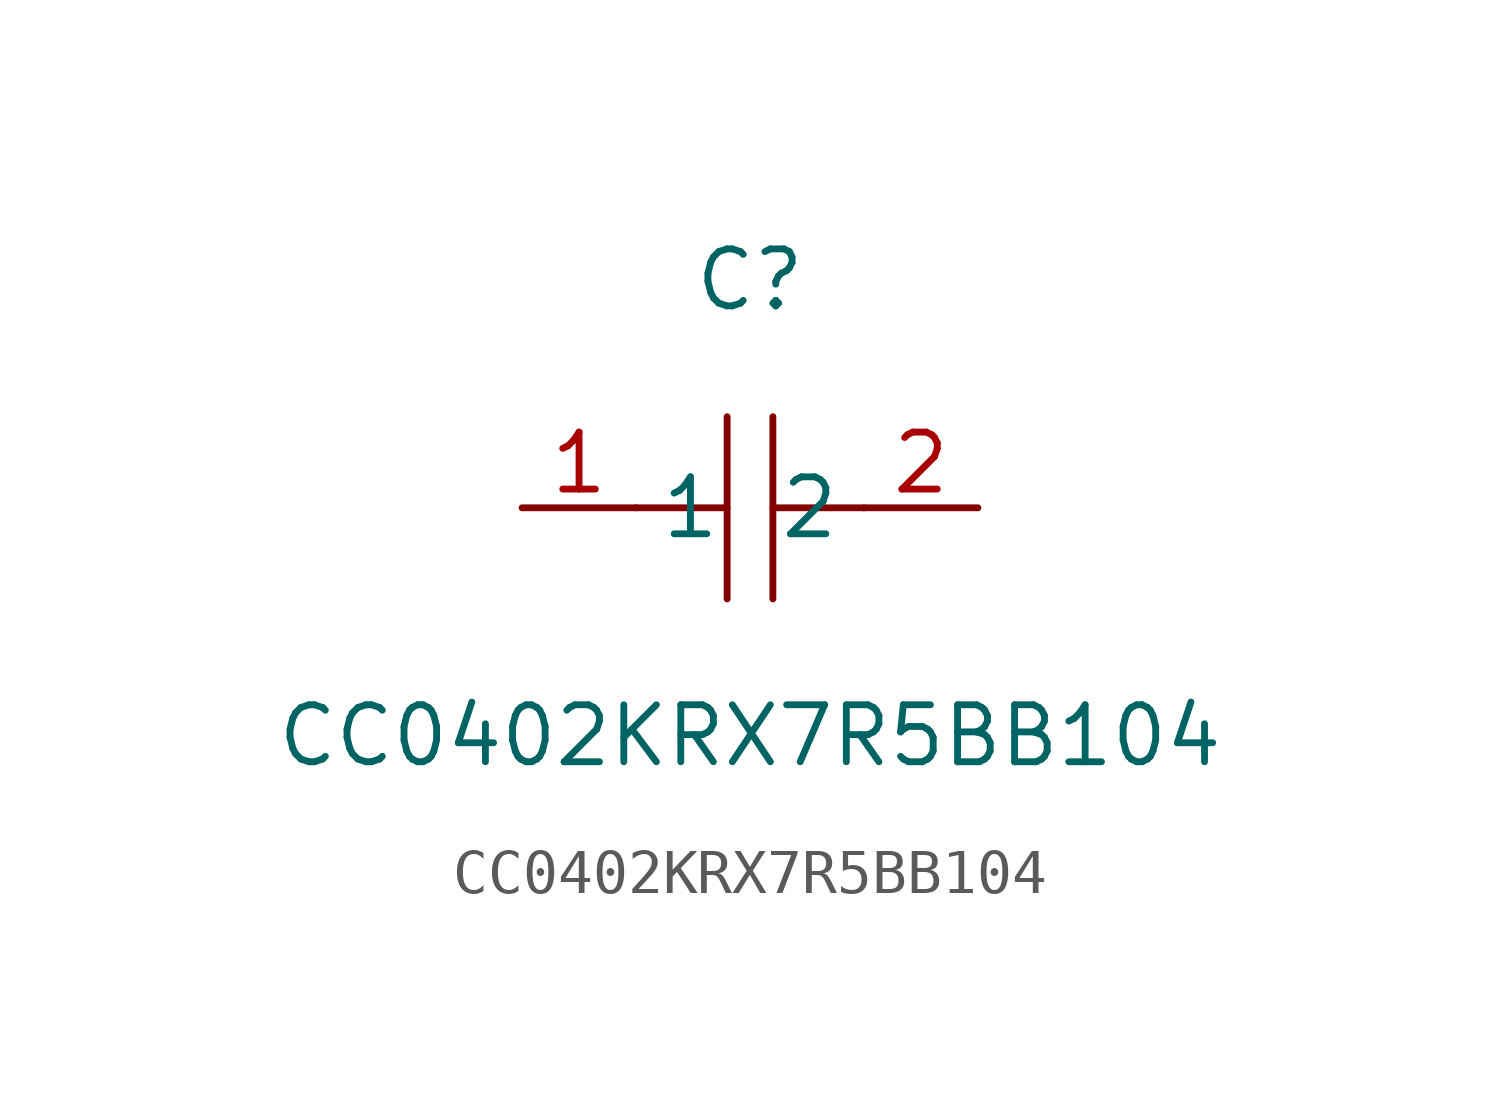
<source format=kicad_sym>
(kicad_symbol_lib
  (version 1)
  (generator "faebryk")
  (symbol "CC0402KRX7R5BB104"
    (property "Reference" "C"
      (at 0 5.08 0)
      (effects (font (size 1.27 1.27)) (hide no)))
    (property "Value" "CC0402KRX7R5BB104"
      (at 0 -5.08 0)
      (effects (font (size 1.27 1.27)) (hide no)))
    (symbol "CC0402KRX7R5BB104_0_1"
      (polyline (stroke (width 0) (type default) (color 0 0 0 0)) (fill (type none)) (pts (xy -0.51 -2.03) (xy -0.51 2.03)))
      (polyline (stroke (width 0) (type default) (color 0 0 0 0)) (fill (type none)) (pts (xy 2.54 0) (xy 0.51 0)))
      (polyline (stroke (width 0) (type default) (color 0 0 0 0)) (fill (type none)) (pts (xy 0.51 2.03) (xy 0.51 -2.03)))
      (polyline (stroke (width 0) (type default) (color 0 0 0 0)) (fill (type none)) (pts (xy -0.51 0) (xy -2.54 0)))
      (pin unspecified line (at -5.08 0 0) (length 2.54) (name "1" (effects (font (size 1.27 1.27)) (hide no))) (number "1" (effects (font (size 1.27 1.27)) (hide no))))
      (pin unspecified line (at 5.08 0 180) (length 2.54) (name "2" (effects (font (size 1.27 1.27)) (hide no))) (number "2" (effects (font (size 1.27 1.27)) (hide no)))))))
</source>
